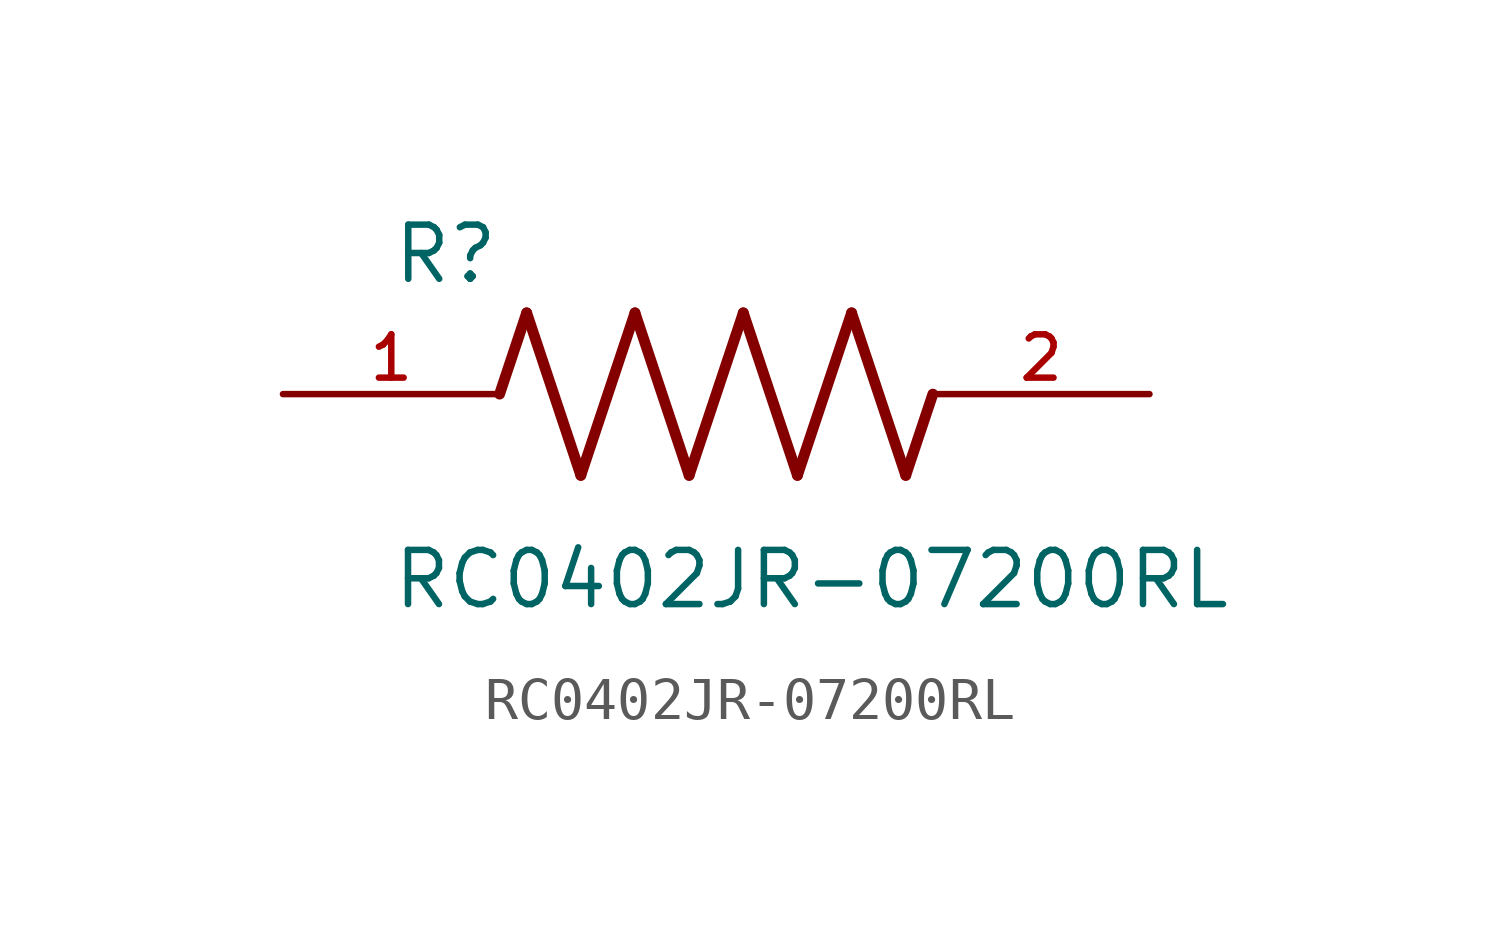
<source format=kicad_sym>
(kicad_symbol_lib
  (version 20211014)
  (generator kicad_symbol_editor)
  (symbol "RC0402JR-07200RL"
    (pin_names
      (offset 1.016))
    (property "Reference" "R"
      (at -7.624 2.541 0)
      (effects (font (size 1.27 1.27)) (justify bottom left)))
    (property "Value" "RC0402JR-07200RL"
      (at -7.63 -5.087 0)
      (effects (font (size 1.27 1.27)) (justify bottom left)))
    (symbol "RC0402JR-07200RL_0_0"
      (polyline (pts (xy -5.08 0.0) (xy -4.445 1.905)) (stroke (width 0.254)))
      (polyline (pts (xy -4.445 1.905) (xy -3.175 -1.905)) (stroke (width 0.254)))
      (polyline (pts (xy -3.175 -1.905) (xy -1.905 1.905)) (stroke (width 0.254)))
      (polyline (pts (xy -1.905 1.905) (xy -0.635 -1.905)) (stroke (width 0.254)))
      (polyline (pts (xy -0.635 -1.905) (xy 0.635 1.905)) (stroke (width 0.254)))
      (polyline (pts (xy 0.635 1.905) (xy 1.905 -1.905)) (stroke (width 0.254)))
      (polyline (pts (xy 1.905 -1.905) (xy 3.175 1.905)) (stroke (width 0.254)))
      (polyline (pts (xy 3.175 1.905) (xy 4.445 -1.905)) (stroke (width 0.254)))
      (polyline (pts (xy 4.445 -1.905) (xy 5.08 0.0)) (stroke (width 0.254)))
      (pin passive line (at -10.16 0.0 0) (length 5.08) (name "~" (effects (font (size 1.016 1.016)))) (number "1" (effects (font (size 1.016 1.016)))))
      (pin passive line (at 10.16 0.0 180.0) (length 5.08) (name "~" (effects (font (size 1.016 1.016)))) (number "2" (effects (font (size 1.016 1.016))))))))
</source>
